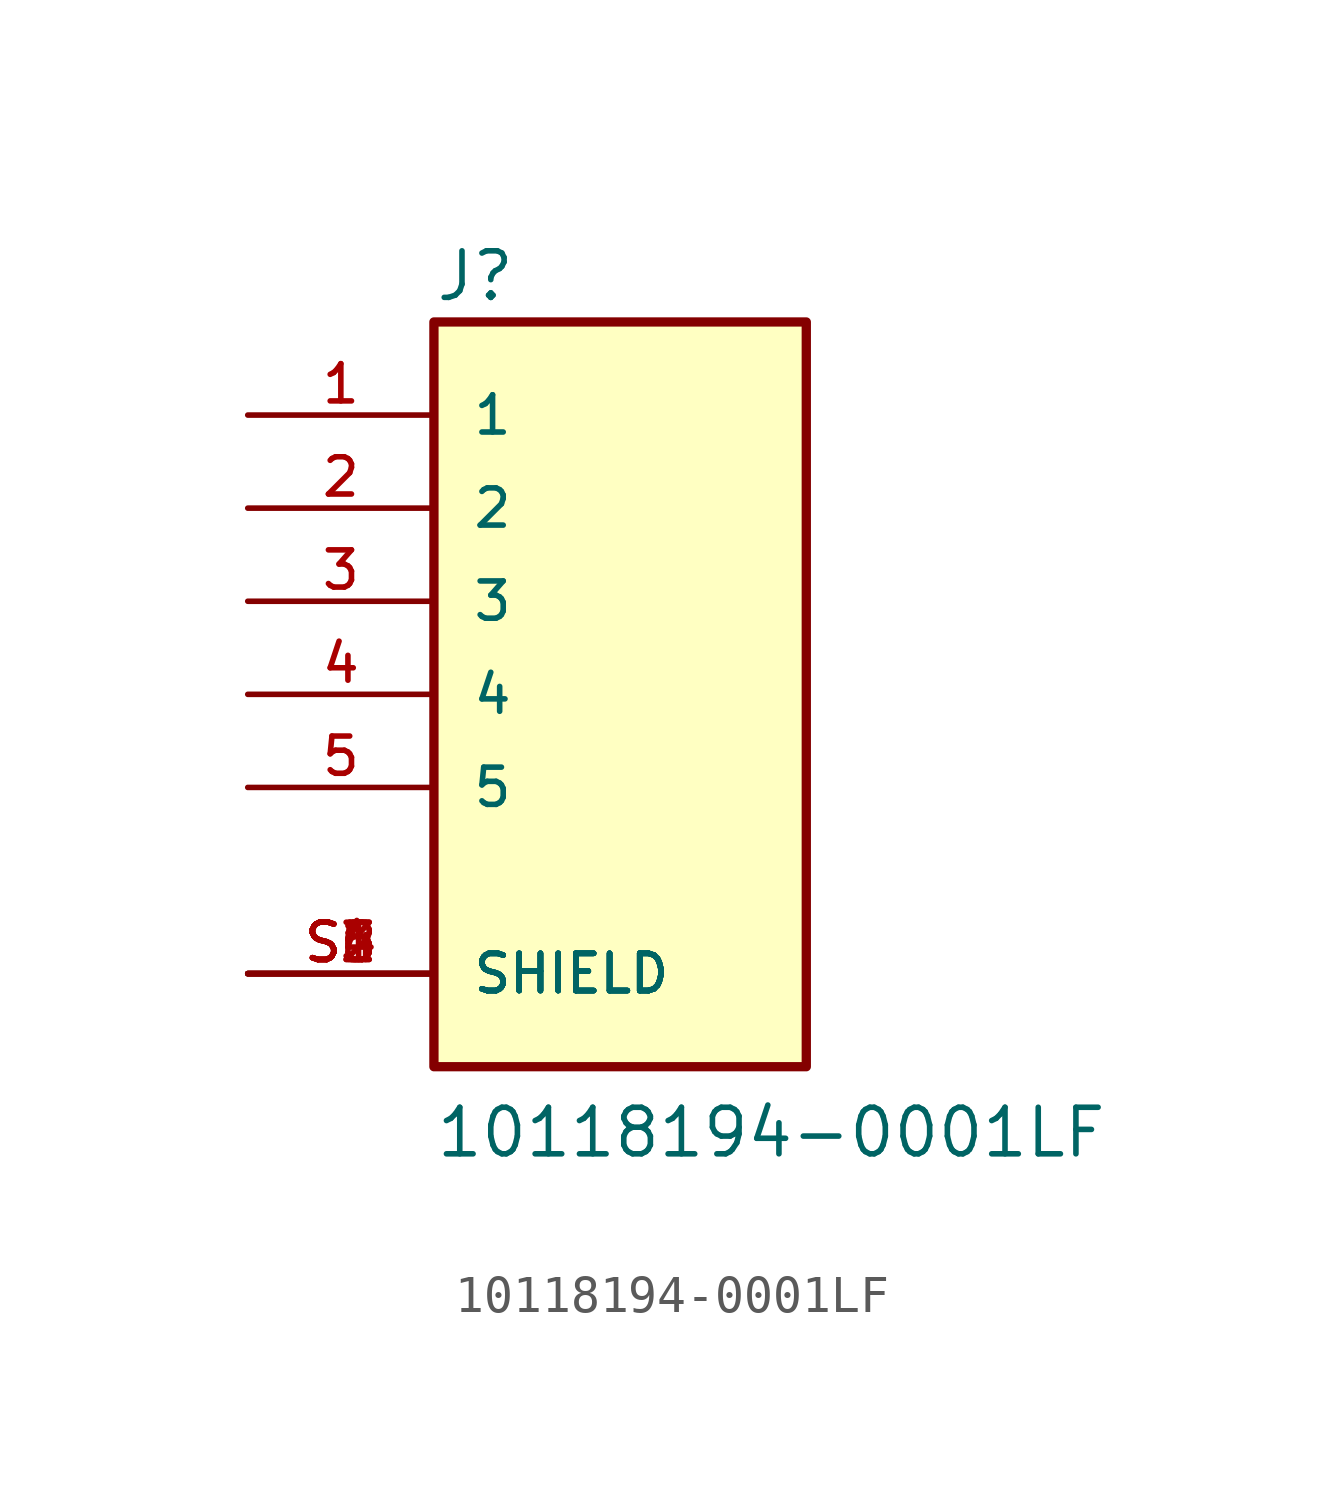
<source format=kicad_sym>
(kicad_symbol_lib
  (version 20211014)
  (generator kicad_symbol_editor)
  (symbol "10118194-0001LF"
    (pin_names
      (offset 1.016))
    (property "Reference" "J"
      (at -5.08 10.668 0)
      (effects (font (size 1.27 1.27)) (justify bottom left)))
    (property "Value" "10118194-0001LF"
      (at -5.08 -12.7 0)
      (effects (font (size 1.27 1.27)) (justify bottom left)))
    (symbol "10118194-0001LF_0_0"
      (rectangle (start -5.08 -10.16) (end 5.08 10.16) (stroke (width 0.254)) (fill (type background)))
      (pin passive line (at -10.16 7.62 0) (length 5.08) (name "1" (effects (font (size 1.016 1.016)))) (number "1" (effects (font (size 1.016 1.016)))))
      (pin passive line (at -10.16 5.08 0) (length 5.08) (name "2" (effects (font (size 1.016 1.016)))) (number "2" (effects (font (size 1.016 1.016)))))
      (pin passive line (at -10.16 2.54 0) (length 5.08) (name "3" (effects (font (size 1.016 1.016)))) (number "3" (effects (font (size 1.016 1.016)))))
      (pin passive line (at -10.16 0.0 0) (length 5.08) (name "4" (effects (font (size 1.016 1.016)))) (number "4" (effects (font (size 1.016 1.016)))))
      (pin passive line (at -10.16 -2.54 0) (length 5.08) (name "5" (effects (font (size 1.016 1.016)))) (number "5" (effects (font (size 1.016 1.016)))))
      (pin passive line (at -10.16 -7.62 0) (length 5.08) (name "SHIELD" (effects (font (size 1.016 1.016)))) (number "S1" (effects (font (size 1.016 1.016)))))
      (pin passive line (at -10.16 -7.62 0) (length 5.08) (name "SHIELD" (effects (font (size 1.016 1.016)))) (number "S2" (effects (font (size 1.016 1.016)))))
      (pin passive line (at -10.16 -7.62 0) (length 5.08) (name "SHIELD" (effects (font (size 1.016 1.016)))) (number "S3" (effects (font (size 1.016 1.016)))))
      (pin passive line (at -10.16 -7.62 0) (length 5.08) (name "SHIELD" (effects (font (size 1.016 1.016)))) (number "S4" (effects (font (size 1.016 1.016)))))
      (pin passive line (at -10.16 -7.62 0) (length 5.08) (name "SHIELD" (effects (font (size 1.016 1.016)))) (number "S5" (effects (font (size 1.016 1.016)))))
      (pin passive line (at -10.16 -7.62 0) (length 5.08) (name "SHIELD" (effects (font (size 1.016 1.016)))) (number "S6" (effects (font (size 1.016 1.016))))))))
</source>
